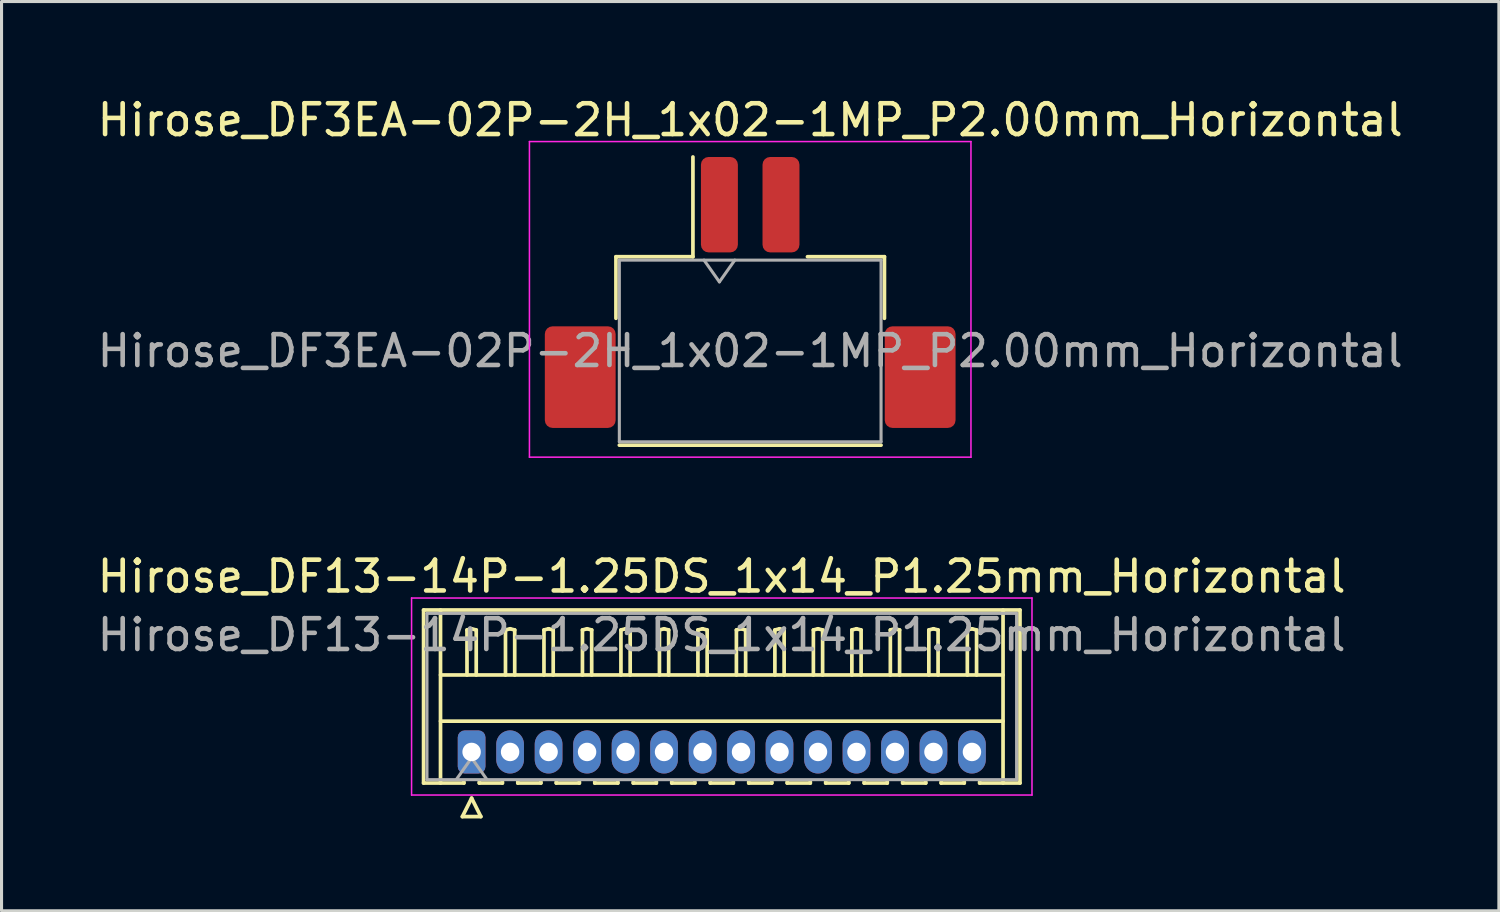
<source format=kicad_pcb>
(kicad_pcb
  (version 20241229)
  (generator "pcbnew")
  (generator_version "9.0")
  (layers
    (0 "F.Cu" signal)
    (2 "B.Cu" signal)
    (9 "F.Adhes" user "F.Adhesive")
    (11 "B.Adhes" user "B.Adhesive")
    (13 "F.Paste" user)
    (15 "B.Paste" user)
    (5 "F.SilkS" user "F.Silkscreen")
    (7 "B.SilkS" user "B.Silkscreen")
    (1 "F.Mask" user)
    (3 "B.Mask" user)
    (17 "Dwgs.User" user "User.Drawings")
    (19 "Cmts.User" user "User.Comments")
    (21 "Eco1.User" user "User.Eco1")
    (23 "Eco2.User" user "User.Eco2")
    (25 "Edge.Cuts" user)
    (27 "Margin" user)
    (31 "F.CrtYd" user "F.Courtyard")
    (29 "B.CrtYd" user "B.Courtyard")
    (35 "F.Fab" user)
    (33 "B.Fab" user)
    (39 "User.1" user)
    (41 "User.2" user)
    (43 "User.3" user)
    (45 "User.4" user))
  (footprint "Hirose_DF3EA-02P-2H_1x02-1MP_P2.00mm_Horizontal"
    (layer "F.Cu")
    (at 21.315 6.448)
    (property "Reference" "Hirose_DF3EA-02P-2H_1x02-1MP_P2.00mm_Horizontal" (at 0 -5.6 0) (layer "F.SilkS") (effects (font (size 1 1) (thickness 0.15))))
    (attr smd)
    (fp_line (start -4.36 -1.16) (end -1.86 -1.16) (stroke (width 0.12) (type solid)) (layer "F.SilkS"))
    (fp_line (start -4.36 0.84) (end -4.36 -1.16) (stroke (width 0.12) (type solid)) (layer "F.SilkS"))
    (fp_line (start -4.25 4.96) (end 4.25 4.96) (stroke (width 0.12) (type solid)) (layer "F.SilkS"))
    (fp_line (start -1.86 -1.16) (end -1.86 -4.4) (stroke (width 0.12) (type solid)) (layer "F.SilkS"))
    (fp_line (start 4.36 -1.16) (end 1.86 -1.16) (stroke (width 0.12) (type solid)) (layer "F.SilkS"))
    (fp_line (start 4.36 0.84) (end 4.36 -1.16) (stroke (width 0.12) (type solid)) (layer "F.SilkS"))
    (fp_line (start -7.17 -4.9) (end -7.17 5.35) (stroke (width 0.05) (type solid)) (layer "F.CrtYd"))
    (fp_line (start -7.17 5.35) (end 7.17 5.35) (stroke (width 0.05) (type solid)) (layer "F.CrtYd"))
    (fp_line (start 7.17 -4.9) (end -7.17 -4.9) (stroke (width 0.05) (type solid)) (layer "F.CrtYd"))
    (fp_line (start 7.17 5.35) (end 7.17 -4.9) (stroke (width 0.05) (type solid)) (layer "F.CrtYd"))
    (fp_line (start -4.25 -1.05) (end -4.25 4.85) (stroke (width 0.1) (type solid)) (layer "F.Fab"))
    (fp_line (start -4.25 -1.05) (end 4.25 -1.05) (stroke (width 0.1) (type solid)) (layer "F.Fab"))
    (fp_line (start -4.25 4.85) (end 4.25 4.85) (stroke (width 0.1) (type solid)) (layer "F.Fab"))
    (fp_line (start -1.5 -1.05) (end -1 -0.343) (stroke (width 0.1) (type solid)) (layer "F.Fab"))
    (fp_line (start -1 -0.343) (end -0.5 -1.05) (stroke (width 0.1) (type solid)) (layer "F.Fab"))
    (fp_line (start 4.25 -1.05) (end 4.25 4.85) (stroke (width 0.1) (type solid)) (layer "F.Fab"))
    (fp_text user "${REFERENCE}" (at 0 1.9 0) (layer "F.Fab") (effects (font (size 1 1) (thickness 0.15))))
    (pad "1" smd roundrect (at -1 -2.85) (size 1.2 3.1) (layers "F.Cu" "F.Mask" "F.Paste") (roundrect_rratio 0.208))
    (pad "2" smd roundrect (at 1 -2.85) (size 1.2 3.1) (layers "F.Cu" "F.Mask" "F.Paste") (roundrect_rratio 0.208))
    (pad "MP" smd roundrect (at -5.52 2.75) (size 2.3 3.3) (layers "F.Cu" "F.Mask" "F.Paste") (roundrect_rratio 0.109))
    (pad "MP" smd roundrect (at 5.52 2.75) (size 2.3 3.3) (layers "F.Cu" "F.Mask" "F.Paste") (roundrect_rratio 0.109)))
  (footprint "Hirose_DF13-14P-1.25DS_1x14_P1.25mm_Horizontal"
    (layer "F.Cu")
    (at 12.267 21.372)
    (property "Reference" "Hirose_DF13-14P-1.25DS_1x14_P1.25mm_Horizontal" (at 8.12 -5.7 0) (layer "F.SilkS") (effects (font (size 1 1) (thickness 0.15))))
    (attr through_hole)
    (fp_line (start -1.56 -4.61) (end 17.81 -4.61) (stroke (width 0.12) (type solid)) (layer "F.SilkS"))
    (fp_line (start -1.56 1.01) (end -1.56 -4.61) (stroke (width 0.12) (type solid)) (layer "F.SilkS"))
    (fp_line (start -1.01 -4.61) (end -1.01 1.01) (stroke (width 0.12) (type solid)) (layer "F.SilkS"))
    (fp_line (start -1.01 -2.5) (end 17.26 -2.5) (stroke (width 0.12) (type solid)) (layer "F.SilkS"))
    (fp_line (start -1.01 -1) (end 17.26 -1) (stroke (width 0.12) (type solid)) (layer "F.SilkS"))
    (fp_line (start -0.3 2.1) (end 0.3 2.1) (stroke (width 0.12) (type solid)) (layer "F.SilkS"))
    (fp_line (start -0.25 0.96) (end -0.25 1.01) (stroke (width 0.12) (type solid)) (layer "F.SilkS"))
    (fp_line (start -0.25 1.01) (end -1.56 1.01) (stroke (width 0.12) (type solid)) (layer "F.SilkS"))
    (fp_line (start -0.15 -3.962) (end 0 -4) (stroke (width 0.12) (type solid)) (layer "F.SilkS"))
    (fp_line (start -0.15 -2.5) (end -0.15 -3.962) (stroke (width 0.12) (type solid)) (layer "F.SilkS"))
    (fp_line (start 0 -4) (end 0.15 -3.962) (stroke (width 0.12) (type solid)) (layer "F.SilkS"))
    (fp_line (start 0 1.5) (end -0.3 2.1) (stroke (width 0.12) (type solid)) (layer "F.SilkS"))
    (fp_line (start 0.15 -3.962) (end 0.15 -2.5) (stroke (width 0.12) (type solid)) (layer "F.SilkS"))
    (fp_line (start 0.25 0.96) (end 0.25 1.01) (stroke (width 0.12) (type solid)) (layer "F.SilkS"))
    (fp_line (start 0.25 1.01) (end 1 1.01) (stroke (width 0.12) (type solid)) (layer "F.SilkS"))
    (fp_line (start 0.3 2.1) (end 0 1.5) (stroke (width 0.12) (type solid)) (layer "F.SilkS"))
    (fp_line (start 1 1.01) (end 1 0.96) (stroke (width 0.12) (type solid)) (layer "F.SilkS"))
    (fp_line (start 1.1 -3.962) (end 1.25 -4) (stroke (width 0.12) (type solid)) (layer "F.SilkS"))
    (fp_line (start 1.1 -2.5) (end 1.1 -3.962) (stroke (width 0.12) (type solid)) (layer "F.SilkS"))
    (fp_line (start 1.25 -4) (end 1.4 -3.962) (stroke (width 0.12) (type solid)) (layer "F.SilkS"))
    (fp_line (start 1.4 -3.962) (end 1.4 -2.5) (stroke (width 0.12) (type solid)) (layer "F.SilkS"))
    (fp_line (start 1.5 0.96) (end 1.5 1.01) (stroke (width 0.12) (type solid)) (layer "F.SilkS"))
    (fp_line (start 1.5 1.01) (end 2.25 1.01) (stroke (width 0.12) (type solid)) (layer "F.SilkS"))
    (fp_line (start 2.25 1.01) (end 2.25 0.96) (stroke (width 0.12) (type solid)) (layer "F.SilkS"))
    (fp_line (start 2.35 -3.962) (end 2.5 -4) (stroke (width 0.12) (type solid)) (layer "F.SilkS"))
    (fp_line (start 2.35 -2.5) (end 2.35 -3.962) (stroke (width 0.12) (type solid)) (layer "F.SilkS"))
    (fp_line (start 2.5 -4) (end 2.65 -3.962) (stroke (width 0.12) (type solid)) (layer "F.SilkS"))
    (fp_line (start 2.65 -3.962) (end 2.65 -2.5) (stroke (width 0.12) (type solid)) (layer "F.SilkS"))
    (fp_line (start 2.75 0.96) (end 2.75 1.01) (stroke (width 0.12) (type solid)) (layer "F.SilkS"))
    (fp_line (start 2.75 1.01) (end 3.5 1.01) (stroke (width 0.12) (type solid)) (layer "F.SilkS"))
    (fp_line (start 3.5 1.01) (end 3.5 0.96) (stroke (width 0.12) (type solid)) (layer "F.SilkS"))
    (fp_line (start 3.6 -3.962) (end 3.75 -4) (stroke (width 0.12) (type solid)) (layer "F.SilkS"))
    (fp_line (start 3.6 -2.5) (end 3.6 -3.962) (stroke (width 0.12) (type solid)) (layer "F.SilkS"))
    (fp_line (start 3.75 -4) (end 3.9 -3.962) (stroke (width 0.12) (type solid)) (layer "F.SilkS"))
    (fp_line (start 3.9 -3.962) (end 3.9 -2.5) (stroke (width 0.12) (type solid)) (layer "F.SilkS"))
    (fp_line (start 4 0.96) (end 4 1.01) (stroke (width 0.12) (type solid)) (layer "F.SilkS"))
    (fp_line (start 4 1.01) (end 4.75 1.01) (stroke (width 0.12) (type solid)) (layer "F.SilkS"))
    (fp_line (start 4.75 1.01) (end 4.75 0.96) (stroke (width 0.12) (type solid)) (layer "F.SilkS"))
    (fp_line (start 4.85 -3.962) (end 5 -4) (stroke (width 0.12) (type solid)) (layer "F.SilkS"))
    (fp_line (start 4.85 -2.5) (end 4.85 -3.962) (stroke (width 0.12) (type solid)) (layer "F.SilkS"))
    (fp_line (start 5 -4) (end 5.15 -3.962) (stroke (width 0.12) (type solid)) (layer "F.SilkS"))
    (fp_line (start 5.15 -3.962) (end 5.15 -2.5) (stroke (width 0.12) (type solid)) (layer "F.SilkS"))
    (fp_line (start 5.25 0.96) (end 5.25 1.01) (stroke (width 0.12) (type solid)) (layer "F.SilkS"))
    (fp_line (start 5.25 1.01) (end 6 1.01) (stroke (width 0.12) (type solid)) (layer "F.SilkS"))
    (fp_line (start 6 1.01) (end 6 0.96) (stroke (width 0.12) (type solid)) (layer "F.SilkS"))
    (fp_line (start 6.1 -3.962) (end 6.25 -4) (stroke (width 0.12) (type solid)) (layer "F.SilkS"))
    (fp_line (start 6.1 -2.5) (end 6.1 -3.962) (stroke (width 0.12) (type solid)) (layer "F.SilkS"))
    (fp_line (start 6.25 -4) (end 6.4 -3.962) (stroke (width 0.12) (type solid)) (layer "F.SilkS"))
    (fp_line (start 6.4 -3.962) (end 6.4 -2.5) (stroke (width 0.12) (type solid)) (layer "F.SilkS"))
    (fp_line (start 6.5 0.96) (end 6.5 1.01) (stroke (width 0.12) (type solid)) (layer "F.SilkS"))
    (fp_line (start 6.5 1.01) (end 7.25 1.01) (stroke (width 0.12) (type solid)) (layer "F.SilkS"))
    (fp_line (start 7.25 1.01) (end 7.25 0.96) (stroke (width 0.12) (type solid)) (layer "F.SilkS"))
    (fp_line (start 7.35 -3.962) (end 7.5 -4) (stroke (width 0.12) (type solid)) (layer "F.SilkS"))
    (fp_line (start 7.35 -2.5) (end 7.35 -3.962) (stroke (width 0.12) (type solid)) (layer "F.SilkS"))
    (fp_line (start 7.5 -4) (end 7.65 -3.962) (stroke (width 0.12) (type solid)) (layer "F.SilkS"))
    (fp_line (start 7.65 -3.962) (end 7.65 -2.5) (stroke (width 0.12) (type solid)) (layer "F.SilkS"))
    (fp_line (start 7.75 0.96) (end 7.75 1.01) (stroke (width 0.12) (type solid)) (layer "F.SilkS"))
    (fp_line (start 7.75 1.01) (end 8.5 1.01) (stroke (width 0.12) (type solid)) (layer "F.SilkS"))
    (fp_line (start 8.5 1.01) (end 8.5 0.96) (stroke (width 0.12) (type solid)) (layer "F.SilkS"))
    (fp_line (start 8.6 -3.962) (end 8.75 -4) (stroke (width 0.12) (type solid)) (layer "F.SilkS"))
    (fp_line (start 8.6 -2.5) (end 8.6 -3.962) (stroke (width 0.12) (type solid)) (layer "F.SilkS"))
    (fp_line (start 8.75 -4) (end 8.9 -3.962) (stroke (width 0.12) (type solid)) (layer "F.SilkS"))
    (fp_line (start 8.9 -3.962) (end 8.9 -2.5) (stroke (width 0.12) (type solid)) (layer "F.SilkS"))
    (fp_line (start 9 0.96) (end 9 1.01) (stroke (width 0.12) (type solid)) (layer "F.SilkS"))
    (fp_line (start 9 1.01) (end 9.75 1.01) (stroke (width 0.12) (type solid)) (layer "F.SilkS"))
    (fp_line (start 9.75 1.01) (end 9.75 0.96) (stroke (width 0.12) (type solid)) (layer "F.SilkS"))
    (fp_line (start 9.85 -3.962) (end 10 -4) (stroke (width 0.12) (type solid)) (layer "F.SilkS"))
    (fp_line (start 9.85 -2.5) (end 9.85 -3.962) (stroke (width 0.12) (type solid)) (layer "F.SilkS"))
    (fp_line (start 10 -4) (end 10.15 -3.962) (stroke (width 0.12) (type solid)) (layer "F.SilkS"))
    (fp_line (start 10.15 -3.962) (end 10.15 -2.5) (stroke (width 0.12) (type solid)) (layer "F.SilkS"))
    (fp_line (start 10.25 0.96) (end 10.25 1.01) (stroke (width 0.12) (type solid)) (layer "F.SilkS"))
    (fp_line (start 10.25 1.01) (end 11 1.01) (stroke (width 0.12) (type solid)) (layer "F.SilkS"))
    (fp_line (start 11 1.01) (end 11 0.96) (stroke (width 0.12) (type solid)) (layer "F.SilkS"))
    (fp_line (start 11.1 -3.962) (end 11.25 -4) (stroke (width 0.12) (type solid)) (layer "F.SilkS"))
    (fp_line (start 11.1 -2.5) (end 11.1 -3.962) (stroke (width 0.12) (type solid)) (layer "F.SilkS"))
    (fp_line (start 11.25 -4) (end 11.4 -3.962) (stroke (width 0.12) (type solid)) (layer "F.SilkS"))
    (fp_line (start 11.4 -3.962) (end 11.4 -2.5) (stroke (width 0.12) (type solid)) (layer "F.SilkS"))
    (fp_line (start 11.5 0.96) (end 11.5 1.01) (stroke (width 0.12) (type solid)) (layer "F.SilkS"))
    (fp_line (start 11.5 1.01) (end 12.25 1.01) (stroke (width 0.12) (type solid)) (layer "F.SilkS"))
    (fp_line (start 12.25 1.01) (end 12.25 0.96) (stroke (width 0.12) (type solid)) (layer "F.SilkS"))
    (fp_line (start 12.35 -3.962) (end 12.5 -4) (stroke (width 0.12) (type solid)) (layer "F.SilkS"))
    (fp_line (start 12.35 -2.5) (end 12.35 -3.962) (stroke (width 0.12) (type solid)) (layer "F.SilkS"))
    (fp_line (start 12.5 -4) (end 12.65 -3.962) (stroke (width 0.12) (type solid)) (layer "F.SilkS"))
    (fp_line (start 12.65 -3.962) (end 12.65 -2.5) (stroke (width 0.12) (type solid)) (layer "F.SilkS"))
    (fp_line (start 12.75 0.96) (end 12.75 1.01) (stroke (width 0.12) (type solid)) (layer "F.SilkS"))
    (fp_line (start 12.75 1.01) (end 13.5 1.01) (stroke (width 0.12) (type solid)) (layer "F.SilkS"))
    (fp_line (start 13.5 1.01) (end 13.5 0.96) (stroke (width 0.12) (type solid)) (layer "F.SilkS"))
    (fp_line (start 13.6 -3.962) (end 13.75 -4) (stroke (width 0.12) (type solid)) (layer "F.SilkS"))
    (fp_line (start 13.6 -2.5) (end 13.6 -3.962) (stroke (width 0.12) (type solid)) (layer "F.SilkS"))
    (fp_line (start 13.75 -4) (end 13.9 -3.962) (stroke (width 0.12) (type solid)) (layer "F.SilkS"))
    (fp_line (start 13.9 -3.962) (end 13.9 -2.5) (stroke (width 0.12) (type solid)) (layer "F.SilkS"))
    (fp_line (start 14 0.96) (end 14 1.01) (stroke (width 0.12) (type solid)) (layer "F.SilkS"))
    (fp_line (start 14 1.01) (end 14.75 1.01) (stroke (width 0.12) (type solid)) (layer "F.SilkS"))
    (fp_line (start 14.75 1.01) (end 14.75 0.96) (stroke (width 0.12) (type solid)) (layer "F.SilkS"))
    (fp_line (start 14.85 -3.962) (end 15 -4) (stroke (width 0.12) (type solid)) (layer "F.SilkS"))
    (fp_line (start 14.85 -2.5) (end 14.85 -3.962) (stroke (width 0.12) (type solid)) (layer "F.SilkS"))
    (fp_line (start 15 -4) (end 15.15 -3.962) (stroke (width 0.12) (type solid)) (layer "F.SilkS"))
    (fp_line (start 15.15 -3.962) (end 15.15 -2.5) (stroke (width 0.12) (type solid)) (layer "F.SilkS"))
    (fp_line (start 15.25 0.96) (end 15.25 1.01) (stroke (width 0.12) (type solid)) (layer "F.SilkS"))
    (fp_line (start 15.25 1.01) (end 16 1.01) (stroke (width 0.12) (type solid)) (layer "F.SilkS"))
    (fp_line (start 16 1.01) (end 16 0.96) (stroke (width 0.12) (type solid)) (layer "F.SilkS"))
    (fp_line (start 16.1 -3.962) (end 16.25 -4) (stroke (width 0.12) (type solid)) (layer "F.SilkS"))
    (fp_line (start 16.1 -2.5) (end 16.1 -3.962) (stroke (width 0.12) (type solid)) (layer "F.SilkS"))
    (fp_line (start 16.25 -4) (end 16.4 -3.962) (stroke (width 0.12) (type solid)) (layer "F.SilkS"))
    (fp_line (start 16.4 -3.962) (end 16.4 -2.5) (stroke (width 0.12) (type solid)) (layer "F.SilkS"))
    (fp_line (start 16.5 1.01) (end 16.5 0.96) (stroke (width 0.12) (type solid)) (layer "F.SilkS"))
    (fp_line (start 17.26 -4.61) (end 17.26 1.01) (stroke (width 0.12) (type solid)) (layer "F.SilkS"))
    (fp_line (start 17.81 -4.61) (end 17.81 1.01) (stroke (width 0.12) (type solid)) (layer "F.SilkS"))
    (fp_line (start 17.81 1.01) (end 16.5 1.01) (stroke (width 0.12) (type solid)) (layer "F.SilkS"))
    (fp_line (start -1.95 -5) (end -1.95 1.4) (stroke (width 0.05) (type solid)) (layer "F.CrtYd"))
    (fp_line (start -1.95 1.4) (end 18.2 1.4) (stroke (width 0.05) (type solid)) (layer "F.CrtYd"))
    (fp_line (start 18.2 -5) (end -1.95 -5) (stroke (width 0.05) (type solid)) (layer "F.CrtYd"))
    (fp_line (start 18.2 1.4) (end 18.2 -5) (stroke (width 0.05) (type solid)) (layer "F.CrtYd"))
    (fp_line (start -1.45 -4.5) (end -1.45 0.9) (stroke (width 0.1) (type solid)) (layer "F.Fab"))
    (fp_line (start -1.45 0.9) (end 17.7 0.9) (stroke (width 0.1) (type solid)) (layer "F.Fab"))
    (fp_line (start -0.5 0.9) (end 0 0.193) (stroke (width 0.1) (type solid)) (layer "F.Fab"))
    (fp_line (start 0 0.193) (end 0.5 0.9) (stroke (width 0.1) (type solid)) (layer "F.Fab"))
    (fp_line (start 17.7 -4.5) (end -1.45 -4.5) (stroke (width 0.1) (type solid)) (layer "F.Fab"))
    (fp_line (start 17.7 0.9) (end 17.7 -4.5) (stroke (width 0.1) (type solid)) (layer "F.Fab"))
    (fp_text user "${REFERENCE}" (at 8.12 -3.8 0) (layer "F.Fab") (effects (font (size 1 1) (thickness 0.15))))
    (pad "1" thru_hole roundrect (at 0 0) (size 0.9 1.4) (drill 0.6) (layers "*.Cu" "*.Mask") (roundrect_rratio 0.25))
    (pad "2" thru_hole oval (at 1.25 0) (size 0.9 1.4) (drill 0.6) (layers "*.Cu" "*.Mask"))
    (pad "3" thru_hole oval (at 2.5 0) (size 0.9 1.4) (drill 0.6) (layers "*.Cu" "*.Mask"))
    (pad "4" thru_hole oval (at 3.75 0) (size 0.9 1.4) (drill 0.6) (layers "*.Cu" "*.Mask"))
    (pad "5" thru_hole oval (at 5 0) (size 0.9 1.4) (drill 0.6) (layers "*.Cu" "*.Mask"))
    (pad "6" thru_hole oval (at 6.25 0) (size 0.9 1.4) (drill 0.6) (layers "*.Cu" "*.Mask"))
    (pad "7" thru_hole oval (at 7.5 0) (size 0.9 1.4) (drill 0.6) (layers "*.Cu" "*.Mask"))
    (pad "8" thru_hole oval (at 8.75 0) (size 0.9 1.4) (drill 0.6) (layers "*.Cu" "*.Mask"))
    (pad "9" thru_hole oval (at 10 0) (size 0.9 1.4) (drill 0.6) (layers "*.Cu" "*.Mask"))
    (pad "10" thru_hole oval (at 11.25 0) (size 0.9 1.4) (drill 0.6) (layers "*.Cu" "*.Mask"))
    (pad "11" thru_hole oval (at 12.5 0) (size 0.9 1.4) (drill 0.6) (layers "*.Cu" "*.Mask"))
    (pad "12" thru_hole oval (at 13.75 0) (size 0.9 1.4) (drill 0.6) (layers "*.Cu" "*.Mask"))
    (pad "13" thru_hole oval (at 15 0) (size 0.9 1.4) (drill 0.6) (layers "*.Cu" "*.Mask"))
    (pad "14" thru_hole oval (at 16.25 0) (size 0.9 1.4) (drill 0.6) (layers "*.Cu" "*.Mask")))
  (gr_rect
    (start -3 -3)
    (end 45.631 26.532)
    (stroke (width 0.1) (type default))
    (fill no)
    (layer "Edge.Cuts")))
</source>
